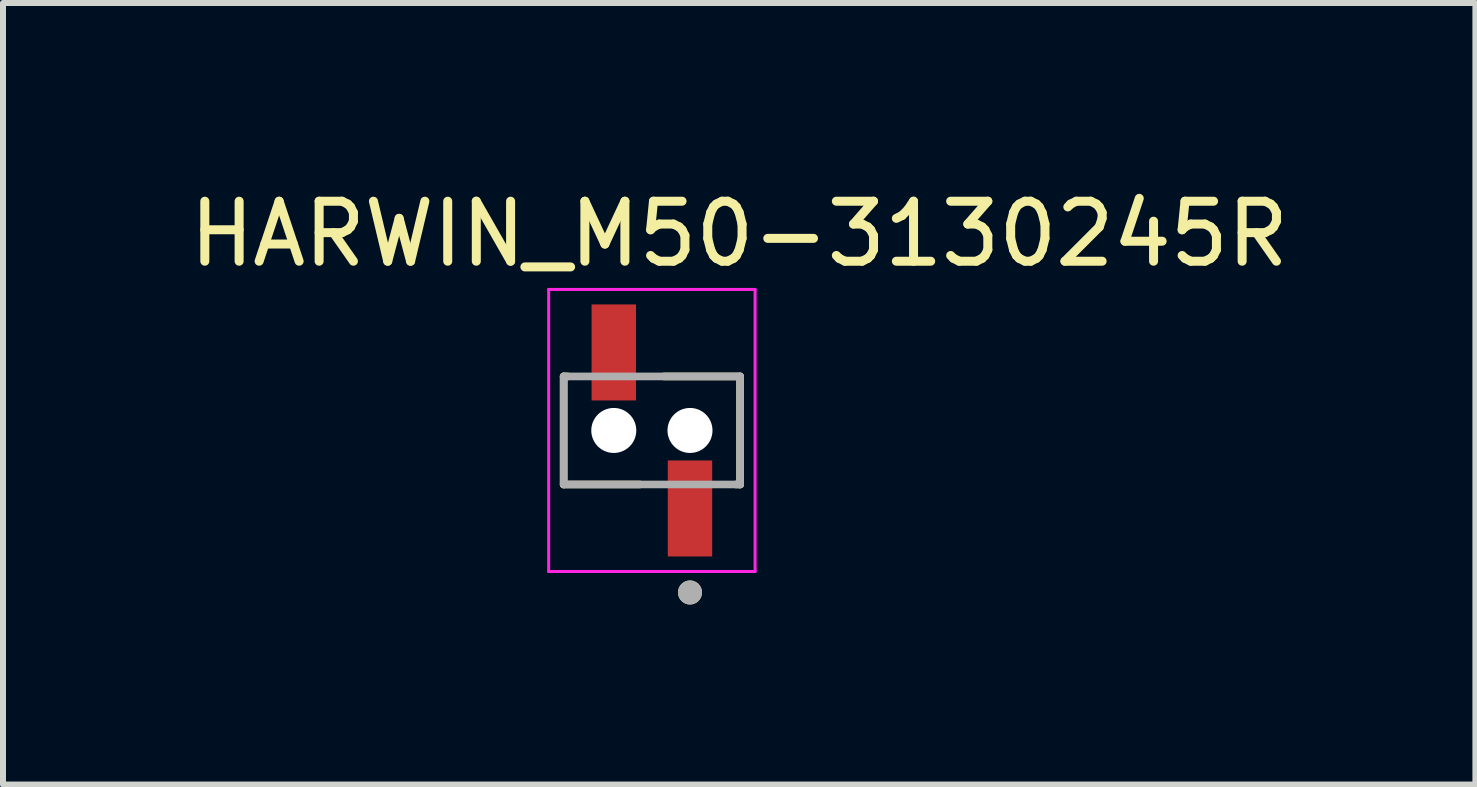
<source format=kicad_pcb>
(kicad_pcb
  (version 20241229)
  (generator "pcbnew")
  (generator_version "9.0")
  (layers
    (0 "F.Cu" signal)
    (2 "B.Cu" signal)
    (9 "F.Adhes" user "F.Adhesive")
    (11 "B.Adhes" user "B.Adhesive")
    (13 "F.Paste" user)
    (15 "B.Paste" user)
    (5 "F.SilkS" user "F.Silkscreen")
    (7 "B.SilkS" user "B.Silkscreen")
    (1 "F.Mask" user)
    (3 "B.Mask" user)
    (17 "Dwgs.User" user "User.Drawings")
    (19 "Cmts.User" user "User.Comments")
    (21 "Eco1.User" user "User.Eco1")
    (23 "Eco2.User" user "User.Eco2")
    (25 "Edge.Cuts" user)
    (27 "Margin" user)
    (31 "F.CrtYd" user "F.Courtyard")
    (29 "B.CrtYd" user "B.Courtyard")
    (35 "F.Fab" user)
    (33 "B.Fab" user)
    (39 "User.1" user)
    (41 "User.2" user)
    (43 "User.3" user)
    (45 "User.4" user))
  (footprint "HARWIN_M50-3130245R"
    (layer "F.Cu")
    (at 7.813 4.123)
    (property "Reference" "HARWIN_M50-3130245R" (at 1.455 -3.275 0) (layer "F.SilkS") (effects (font (size 1 1) (thickness 0.15))))
    (attr smd)
    (fp_line (start -1.47 -0.9) (end -1.47 0.9) (stroke (width 0.127) (type solid)) (layer "F.SilkS"))
    (fp_line (start -1.47 0.9) (end -0.2 0.9) (stroke (width 0.127) (type solid)) (layer "F.SilkS"))
    (fp_line (start -1.4 -0.9) (end -1.47 -0.9) (stroke (width 0.127) (type solid)) (layer "F.SilkS"))
    (fp_line (start 1.4 0.9) (end 1.47 0.9) (stroke (width 0.127) (type solid)) (layer "F.SilkS"))
    (fp_line (start 1.47 -0.9) (end 0.2 -0.9) (stroke (width 0.127) (type solid)) (layer "F.SilkS"))
    (fp_line (start 1.47 0.9) (end 1.47 -0.9) (stroke (width 0.127) (type solid)) (layer "F.SilkS"))
    (fp_circle (center 0.635 2.7) (end 0.735 2.7) (stroke (width 0.2) (type solid)) (fill no) (layer "F.SilkS"))
    (fp_line (start -1.72 -2.35) (end -1.72 2.35) (stroke (width 0.05) (type solid)) (layer "F.CrtYd"))
    (fp_line (start -1.72 2.35) (end 1.72 2.35) (stroke (width 0.05) (type solid)) (layer "F.CrtYd"))
    (fp_line (start 1.72 -2.35) (end -1.72 -2.35) (stroke (width 0.05) (type solid)) (layer "F.CrtYd"))
    (fp_line (start 1.72 2.35) (end 1.72 -2.35) (stroke (width 0.05) (type solid)) (layer "F.CrtYd"))
    (fp_line (start -1.47 -0.9) (end -1.47 0.9) (stroke (width 0.127) (type solid)) (layer "F.Fab"))
    (fp_line (start -1.47 0.9) (end 1.47 0.9) (stroke (width 0.127) (type solid)) (layer "F.Fab"))
    (fp_line (start 1.47 -0.9) (end -1.47 -0.9) (stroke (width 0.127) (type solid)) (layer "F.Fab"))
    (fp_line (start 1.47 0.9) (end 1.47 -0.9) (stroke (width 0.127) (type solid)) (layer "F.Fab"))
    (fp_circle (center 0.635 2.7) (end 0.735 2.7) (stroke (width 0.2) (type solid)) (fill no) (layer "F.Fab"))
    (pad "" np_thru_hole circle (at -0.635 0) (size 0.75 0.75) (drill 0.75) (layers "*.Cu" "*.Mask"))
    (pad "" np_thru_hole circle (at 0.635 0) (size 0.75 0.75) (drill 0.75) (layers "*.Cu" "*.Mask"))
    (pad "1" smd rect (at 0.635 1.3) (size 0.74 1.6) (layers "F.Cu" "F.Mask" "F.Paste"))
    (pad "2" smd rect (at -0.635 -1.3) (size 0.74 1.6) (layers "F.Cu" "F.Mask" "F.Paste")))
  (gr_rect
    (start -3 -3)
    (end 21.536 10.023)
    (stroke (width 0.1) (type default))
    (fill no)
    (layer "Edge.Cuts")))
</source>
